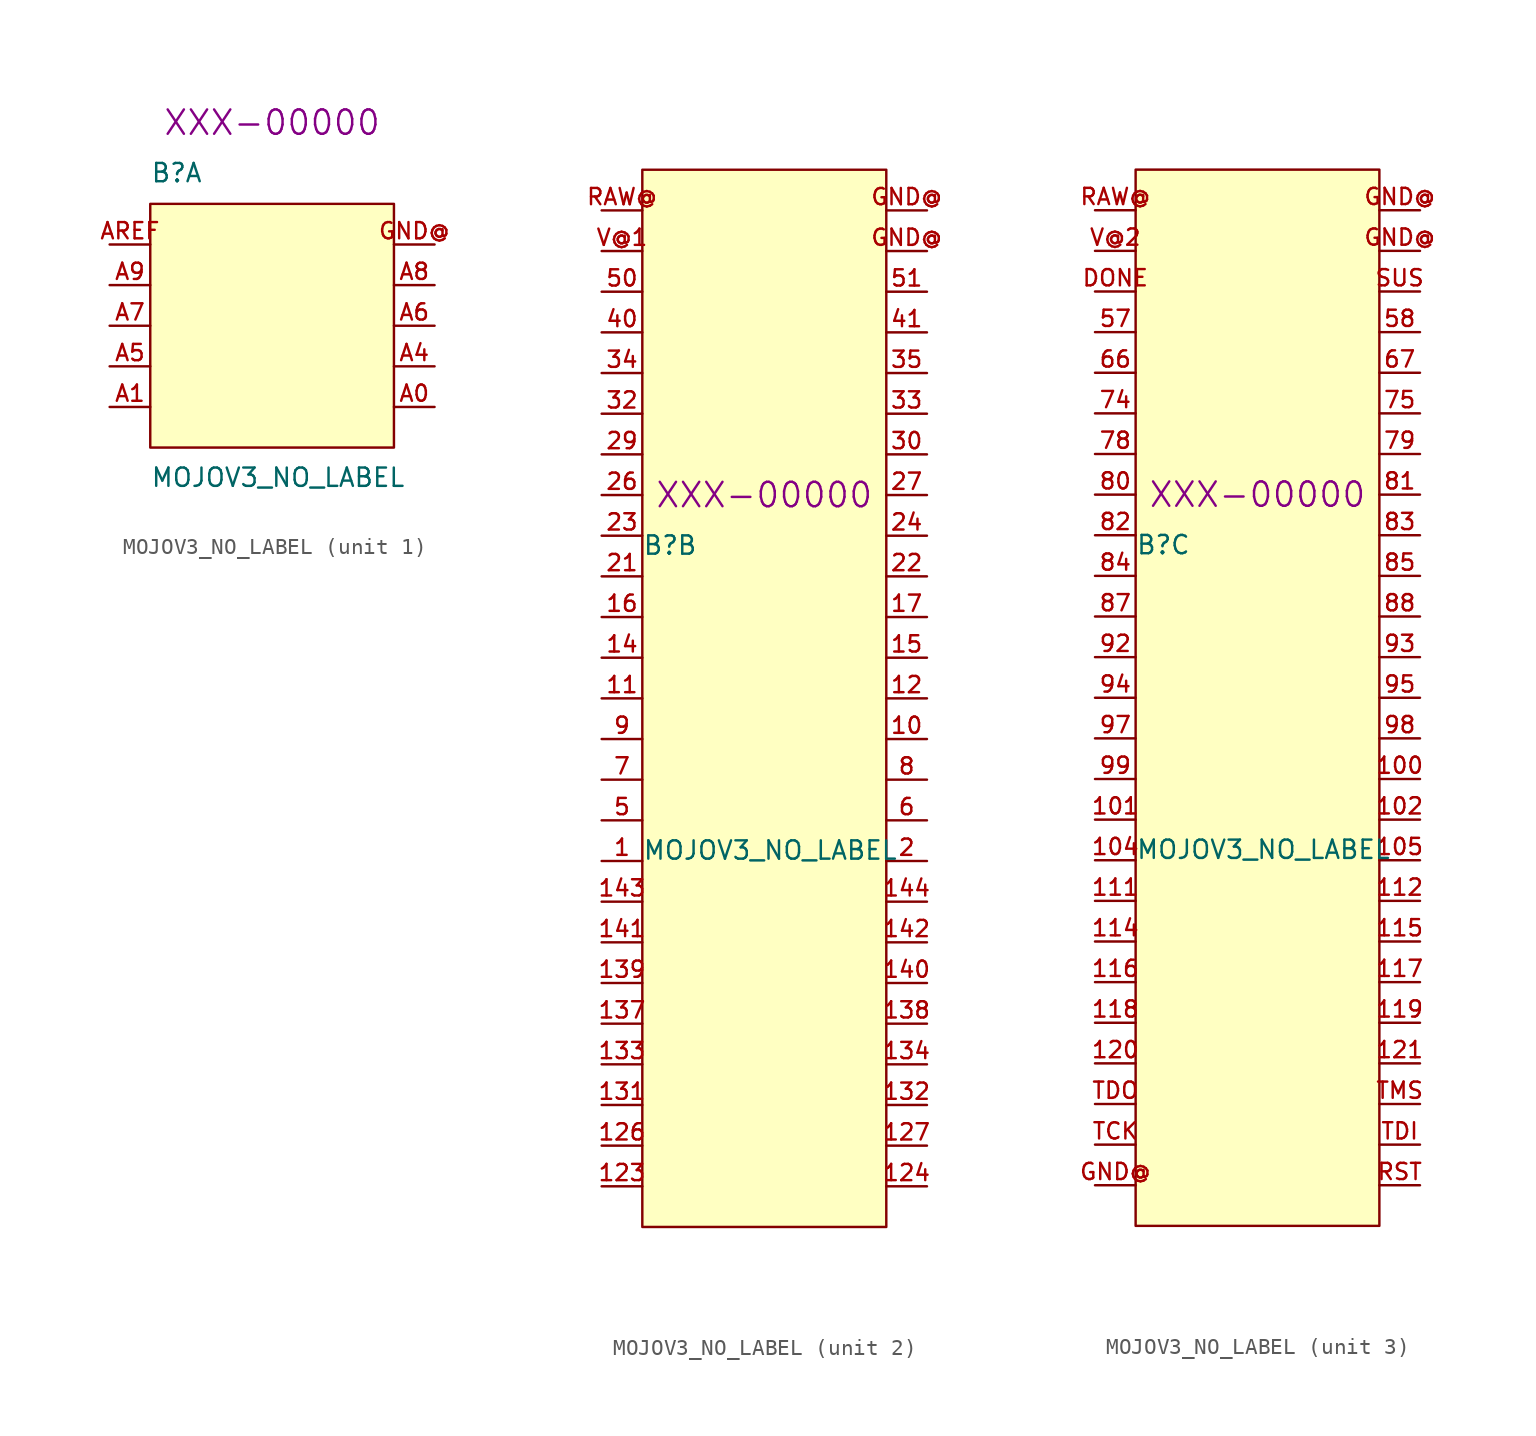
<source format=kicad_sym>
(kicad_symbol_lib
  (version 20220914)
  (generator kicad_symbol_editor)
  (symbol "MOJOV3_NO_LABEL"
    (pin_names
      (offset 1.016) hide)
    (property "Reference" "B"
      (at -7.62 8.89 0)
      (effects (font (size 1.143 1.143)) (justify left bottom)))
    (property "Value" "MOJOV3_NO_LABEL"
      (at -7.62 -10.16 0)
      (effects (font (size 1.143 1.143)) (justify left bottom)))
    (property "Field4" "XXX-00000"
      (at 0 12.7 0)
      (effects (font (size 1.524 1.524))))
    (property "ki_locked" ""
      (at 0 0 0)
      (effects (font (size 1.27 1.27))))
    (symbol "MOJOV3_NO_LABEL_1_1"
      (polyline (pts (xy -7.62 7.62) (xy 7.62 7.62) (xy 7.62 -7.62) (xy -7.62 -7.62) (xy -7.62 7.62)) (stroke (width 0) (type solid)) (fill (type background)))
      (pin input line (at 10.16 -5.08 180) (length 2.54) (name "A0" (effects (font (size 1.016 1.016)))) (number "A0" (effects (font (size 1.016 1.016)))))
      (pin input line (at -10.16 -5.08 0) (length 2.54) (name "A1" (effects (font (size 1.016 1.016)))) (number "A1" (effects (font (size 1.016 1.016)))))
      (pin input line (at 10.16 -2.54 180) (length 2.54) (name "A4" (effects (font (size 1.016 1.016)))) (number "A4" (effects (font (size 1.016 1.016)))))
      (pin input line (at -10.16 -2.54 0) (length 2.54) (name "A5" (effects (font (size 1.016 1.016)))) (number "A5" (effects (font (size 1.016 1.016)))))
      (pin input line (at 10.16 0 180) (length 2.54) (name "A6" (effects (font (size 1.016 1.016)))) (number "A6" (effects (font (size 1.016 1.016)))))
      (pin input line (at -10.16 0 0) (length 2.54) (name "A7" (effects (font (size 1.016 1.016)))) (number "A7" (effects (font (size 1.016 1.016)))))
      (pin input line (at 10.16 2.54 180) (length 2.54) (name "A8" (effects (font (size 1.016 1.016)))) (number "A8" (effects (font (size 1.016 1.016)))))
      (pin input line (at -10.16 2.54 0) (length 2.54) (name "A9" (effects (font (size 1.016 1.016)))) (number "A9" (effects (font (size 1.016 1.016)))))
      (pin input line (at -10.16 5.08 0) (length 2.54) (name "AREF" (effects (font (size 1.016 1.016)))) (number "AREF" (effects (font (size 1.016 1.016)))))
      (pin power_out line (at 10.16 5.08 180) (length 2.54) (name "GND" (effects (font (size 1.016 1.016)))) (number "GND@" (effects (font (size 1.016 1.016))))))
    (symbol "MOJOV3_NO_LABEL_2_1"
      (polyline (pts (xy -7.62 33.02) (xy 7.62 33.02) (xy 7.62 -33.02) (xy -7.62 -33.02) (xy -7.62 33.02)) (stroke (width 0) (type solid)) (fill (type background)))
      (pin bidirectional line (at -10.16 -10.16 0) (length 2.54) (name "1" (effects (font (size 1.016 1.016)))) (number "1" (effects (font (size 1.016 1.016)))))
      (pin bidirectional line (at 10.16 -2.54 180) (length 2.54) (name "10" (effects (font (size 1.016 1.016)))) (number "10" (effects (font (size 1.016 1.016)))))
      (pin bidirectional line (at -10.16 0 0) (length 2.54) (name "11" (effects (font (size 1.016 1.016)))) (number "11" (effects (font (size 1.016 1.016)))))
      (pin bidirectional line (at 10.16 0 180) (length 2.54) (name "12" (effects (font (size 1.016 1.016)))) (number "12" (effects (font (size 1.016 1.016)))))
      (pin bidirectional line (at -10.16 -30.48 0) (length 2.54) (name "123" (effects (font (size 1.016 1.016)))) (number "123" (effects (font (size 1.016 1.016)))))
      (pin bidirectional line (at 10.16 -30.48 180) (length 2.54) (name "124" (effects (font (size 1.016 1.016)))) (number "124" (effects (font (size 1.016 1.016)))))
      (pin bidirectional line (at -10.16 -27.94 0) (length 2.54) (name "126" (effects (font (size 1.016 1.016)))) (number "126" (effects (font (size 1.016 1.016)))))
      (pin bidirectional line (at 10.16 -27.94 180) (length 2.54) (name "127" (effects (font (size 1.016 1.016)))) (number "127" (effects (font (size 1.016 1.016)))))
      (pin bidirectional line (at -10.16 -25.4 0) (length 2.54) (name "131" (effects (font (size 1.016 1.016)))) (number "131" (effects (font (size 1.016 1.016)))))
      (pin bidirectional line (at 10.16 -25.4 180) (length 2.54) (name "132" (effects (font (size 1.016 1.016)))) (number "132" (effects (font (size 1.016 1.016)))))
      (pin bidirectional line (at -10.16 -22.86 0) (length 2.54) (name "133" (effects (font (size 1.016 1.016)))) (number "133" (effects (font (size 1.016 1.016)))))
      (pin bidirectional line (at 10.16 -22.86 180) (length 2.54) (name "134" (effects (font (size 1.016 1.016)))) (number "134" (effects (font (size 1.016 1.016)))))
      (pin bidirectional line (at -10.16 -20.32 0) (length 2.54) (name "137" (effects (font (size 1.016 1.016)))) (number "137" (effects (font (size 1.016 1.016)))))
      (pin bidirectional line (at 10.16 -20.32 180) (length 2.54) (name "138" (effects (font (size 1.016 1.016)))) (number "138" (effects (font (size 1.016 1.016)))))
      (pin bidirectional line (at -10.16 -17.78 0) (length 2.54) (name "139" (effects (font (size 1.016 1.016)))) (number "139" (effects (font (size 1.016 1.016)))))
      (pin bidirectional line (at -10.16 2.54 0) (length 2.54) (name "14" (effects (font (size 1.016 1.016)))) (number "14" (effects (font (size 1.016 1.016)))))
      (pin bidirectional line (at 10.16 -17.78 180) (length 2.54) (name "140" (effects (font (size 1.016 1.016)))) (number "140" (effects (font (size 1.016 1.016)))))
      (pin bidirectional line (at -10.16 -15.24 0) (length 2.54) (name "141" (effects (font (size 1.016 1.016)))) (number "141" (effects (font (size 1.016 1.016)))))
      (pin bidirectional line (at 10.16 -15.24 180) (length 2.54) (name "142" (effects (font (size 1.016 1.016)))) (number "142" (effects (font (size 1.016 1.016)))))
      (pin bidirectional line (at -10.16 -12.7 0) (length 2.54) (name "143" (effects (font (size 1.016 1.016)))) (number "143" (effects (font (size 1.016 1.016)))))
      (pin bidirectional line (at 10.16 -12.7 180) (length 2.54) (name "144" (effects (font (size 1.016 1.016)))) (number "144" (effects (font (size 1.016 1.016)))))
      (pin bidirectional line (at 10.16 2.54 180) (length 2.54) (name "15" (effects (font (size 1.016 1.016)))) (number "15" (effects (font (size 1.016 1.016)))))
      (pin bidirectional line (at -10.16 5.08 0) (length 2.54) (name "16" (effects (font (size 1.016 1.016)))) (number "16" (effects (font (size 1.016 1.016)))))
      (pin bidirectional line (at 10.16 5.08 180) (length 2.54) (name "17" (effects (font (size 1.016 1.016)))) (number "17" (effects (font (size 1.016 1.016)))))
      (pin bidirectional line (at 10.16 -10.16 180) (length 2.54) (name "2" (effects (font (size 1.016 1.016)))) (number "2" (effects (font (size 1.016 1.016)))))
      (pin bidirectional line (at -10.16 7.62 0) (length 2.54) (name "21" (effects (font (size 1.016 1.016)))) (number "21" (effects (font (size 1.016 1.016)))))
      (pin bidirectional line (at 10.16 7.62 180) (length 2.54) (name "22" (effects (font (size 1.016 1.016)))) (number "22" (effects (font (size 1.016 1.016)))))
      (pin bidirectional line (at -10.16 10.16 0) (length 2.54) (name "23" (effects (font (size 1.016 1.016)))) (number "23" (effects (font (size 1.016 1.016)))))
      (pin bidirectional line (at 10.16 10.16 180) (length 2.54) (name "24" (effects (font (size 1.016 1.016)))) (number "24" (effects (font (size 1.016 1.016)))))
      (pin bidirectional line (at -10.16 12.7 0) (length 2.54) (name "26" (effects (font (size 1.016 1.016)))) (number "26" (effects (font (size 1.016 1.016)))))
      (pin bidirectional line (at 10.16 12.7 180) (length 2.54) (name "27" (effects (font (size 1.016 1.016)))) (number "27" (effects (font (size 1.016 1.016)))))
      (pin bidirectional line (at -10.16 15.24 0) (length 2.54) (name "29" (effects (font (size 1.016 1.016)))) (number "29" (effects (font (size 1.016 1.016)))))
      (pin bidirectional line (at 10.16 15.24 180) (length 2.54) (name "30" (effects (font (size 1.016 1.016)))) (number "30" (effects (font (size 1.016 1.016)))))
      (pin bidirectional line (at -10.16 17.78 0) (length 2.54) (name "32" (effects (font (size 1.016 1.016)))) (number "32" (effects (font (size 1.016 1.016)))))
      (pin bidirectional line (at 10.16 17.78 180) (length 2.54) (name "33" (effects (font (size 1.016 1.016)))) (number "33" (effects (font (size 1.016 1.016)))))
      (pin bidirectional line (at -10.16 20.32 0) (length 2.54) (name "34" (effects (font (size 1.016 1.016)))) (number "34" (effects (font (size 1.016 1.016)))))
      (pin bidirectional line (at 10.16 20.32 180) (length 2.54) (name "35" (effects (font (size 1.016 1.016)))) (number "35" (effects (font (size 1.016 1.016)))))
      (pin bidirectional line (at -10.16 22.86 0) (length 2.54) (name "40" (effects (font (size 1.016 1.016)))) (number "40" (effects (font (size 1.016 1.016)))))
      (pin bidirectional line (at 10.16 22.86 180) (length 2.54) (name "41" (effects (font (size 1.016 1.016)))) (number "41" (effects (font (size 1.016 1.016)))))
      (pin bidirectional line (at -10.16 -7.62 0) (length 2.54) (name "5" (effects (font (size 1.016 1.016)))) (number "5" (effects (font (size 1.016 1.016)))))
      (pin bidirectional line (at -10.16 25.4 0) (length 2.54) (name "50" (effects (font (size 1.016 1.016)))) (number "50" (effects (font (size 1.016 1.016)))))
      (pin bidirectional line (at 10.16 25.4 180) (length 2.54) (name "51" (effects (font (size 1.016 1.016)))) (number "51" (effects (font (size 1.016 1.016)))))
      (pin bidirectional line (at 10.16 -7.62 180) (length 2.54) (name "6" (effects (font (size 1.016 1.016)))) (number "6" (effects (font (size 1.016 1.016)))))
      (pin bidirectional line (at -10.16 -5.08 0) (length 2.54) (name "7" (effects (font (size 1.016 1.016)))) (number "7" (effects (font (size 1.016 1.016)))))
      (pin bidirectional line (at 10.16 -5.08 180) (length 2.54) (name "8" (effects (font (size 1.016 1.016)))) (number "8" (effects (font (size 1.016 1.016)))))
      (pin bidirectional line (at -10.16 -2.54 0) (length 2.54) (name "9" (effects (font (size 1.016 1.016)))) (number "9" (effects (font (size 1.016 1.016)))))
      (pin power_out line (at 10.16 27.94 180) (length 2.54) (name "GND" (effects (font (size 1.016 1.016)))) (number "GND@" (effects (font (size 1.016 1.016)))))
      (pin power_out line (at 10.16 30.48 180) (length 2.54) (name "GND" (effects (font (size 1.016 1.016)))) (number "GND@" (effects (font (size 1.016 1.016)))))
      (pin power_out line (at -10.16 30.48 0) (length 2.54) (name "RAW" (effects (font (size 1.016 1.016)))) (number "RAW@" (effects (font (size 1.016 1.016)))))
      (pin power_out line (at -10.16 27.94 0) (length 2.54) (name "+V" (effects (font (size 1.016 1.016)))) (number "V@1" (effects (font (size 1.016 1.016))))))
    (symbol "MOJOV3_NO_LABEL_3_1"
      (polyline (pts (xy -7.62 33.02) (xy 7.62 33.02) (xy 7.62 -33.02) (xy -7.62 -33.02) (xy -7.62 33.02)) (stroke (width 0) (type solid)) (fill (type background)))
      (pin bidirectional line (at 10.16 -5.08 180) (length 2.54) (name "100" (effects (font (size 1.016 1.016)))) (number "100" (effects (font (size 1.016 1.016)))))
      (pin bidirectional line (at -10.16 -7.62 0) (length 2.54) (name "101" (effects (font (size 1.016 1.016)))) (number "101" (effects (font (size 1.016 1.016)))))
      (pin bidirectional line (at 10.16 -7.62 180) (length 2.54) (name "102" (effects (font (size 1.016 1.016)))) (number "102" (effects (font (size 1.016 1.016)))))
      (pin bidirectional line (at -10.16 -10.16 0) (length 2.54) (name "104" (effects (font (size 1.016 1.016)))) (number "104" (effects (font (size 1.016 1.016)))))
      (pin bidirectional line (at 10.16 -10.16 180) (length 2.54) (name "105" (effects (font (size 1.016 1.016)))) (number "105" (effects (font (size 1.016 1.016)))))
      (pin bidirectional line (at -10.16 -12.7 0) (length 2.54) (name "111" (effects (font (size 1.016 1.016)))) (number "111" (effects (font (size 1.016 1.016)))))
      (pin bidirectional line (at 10.16 -12.7 180) (length 2.54) (name "112" (effects (font (size 1.016 1.016)))) (number "112" (effects (font (size 1.016 1.016)))))
      (pin bidirectional line (at -10.16 -15.24 0) (length 2.54) (name "114" (effects (font (size 1.016 1.016)))) (number "114" (effects (font (size 1.016 1.016)))))
      (pin bidirectional line (at 10.16 -15.24 180) (length 2.54) (name "115" (effects (font (size 1.016 1.016)))) (number "115" (effects (font (size 1.016 1.016)))))
      (pin bidirectional line (at -10.16 -17.78 0) (length 2.54) (name "116" (effects (font (size 1.016 1.016)))) (number "116" (effects (font (size 1.016 1.016)))))
      (pin bidirectional line (at 10.16 -17.78 180) (length 2.54) (name "117" (effects (font (size 1.016 1.016)))) (number "117" (effects (font (size 1.016 1.016)))))
      (pin bidirectional line (at -10.16 -20.32 0) (length 2.54) (name "118" (effects (font (size 1.016 1.016)))) (number "118" (effects (font (size 1.016 1.016)))))
      (pin bidirectional line (at 10.16 -20.32 180) (length 2.54) (name "119" (effects (font (size 1.016 1.016)))) (number "119" (effects (font (size 1.016 1.016)))))
      (pin bidirectional line (at -10.16 -22.86 0) (length 2.54) (name "120" (effects (font (size 1.016 1.016)))) (number "120" (effects (font (size 1.016 1.016)))))
      (pin bidirectional line (at 10.16 -22.86 180) (length 2.54) (name "121" (effects (font (size 1.016 1.016)))) (number "121" (effects (font (size 1.016 1.016)))))
      (pin bidirectional line (at -10.16 22.86 0) (length 2.54) (name "57" (effects (font (size 1.016 1.016)))) (number "57" (effects (font (size 1.016 1.016)))))
      (pin bidirectional line (at 10.16 22.86 180) (length 2.54) (name "58" (effects (font (size 1.016 1.016)))) (number "58" (effects (font (size 1.016 1.016)))))
      (pin bidirectional line (at -10.16 20.32 0) (length 2.54) (name "66" (effects (font (size 1.016 1.016)))) (number "66" (effects (font (size 1.016 1.016)))))
      (pin bidirectional line (at 10.16 20.32 180) (length 2.54) (name "67" (effects (font (size 1.016 1.016)))) (number "67" (effects (font (size 1.016 1.016)))))
      (pin bidirectional line (at -10.16 17.78 0) (length 2.54) (name "74" (effects (font (size 1.016 1.016)))) (number "74" (effects (font (size 1.016 1.016)))))
      (pin bidirectional line (at 10.16 17.78 180) (length 2.54) (name "75" (effects (font (size 1.016 1.016)))) (number "75" (effects (font (size 1.016 1.016)))))
      (pin bidirectional line (at -10.16 15.24 0) (length 2.54) (name "78" (effects (font (size 1.016 1.016)))) (number "78" (effects (font (size 1.016 1.016)))))
      (pin bidirectional line (at 10.16 15.24 180) (length 2.54) (name "79" (effects (font (size 1.016 1.016)))) (number "79" (effects (font (size 1.016 1.016)))))
      (pin bidirectional line (at -10.16 12.7 0) (length 2.54) (name "80" (effects (font (size 1.016 1.016)))) (number "80" (effects (font (size 1.016 1.016)))))
      (pin bidirectional line (at 10.16 12.7 180) (length 2.54) (name "81" (effects (font (size 1.016 1.016)))) (number "81" (effects (font (size 1.016 1.016)))))
      (pin bidirectional line (at -10.16 10.16 0) (length 2.54) (name "82" (effects (font (size 1.016 1.016)))) (number "82" (effects (font (size 1.016 1.016)))))
      (pin bidirectional line (at 10.16 10.16 180) (length 2.54) (name "83" (effects (font (size 1.016 1.016)))) (number "83" (effects (font (size 1.016 1.016)))))
      (pin bidirectional line (at -10.16 7.62 0) (length 2.54) (name "84" (effects (font (size 1.016 1.016)))) (number "84" (effects (font (size 1.016 1.016)))))
      (pin bidirectional line (at 10.16 7.62 180) (length 2.54) (name "85" (effects (font (size 1.016 1.016)))) (number "85" (effects (font (size 1.016 1.016)))))
      (pin bidirectional line (at -10.16 5.08 0) (length 2.54) (name "87" (effects (font (size 1.016 1.016)))) (number "87" (effects (font (size 1.016 1.016)))))
      (pin bidirectional line (at 10.16 5.08 180) (length 2.54) (name "88" (effects (font (size 1.016 1.016)))) (number "88" (effects (font (size 1.016 1.016)))))
      (pin bidirectional line (at -10.16 2.54 0) (length 2.54) (name "92" (effects (font (size 1.016 1.016)))) (number "92" (effects (font (size 1.016 1.016)))))
      (pin bidirectional line (at 10.16 2.54 180) (length 2.54) (name "93" (effects (font (size 1.016 1.016)))) (number "93" (effects (font (size 1.016 1.016)))))
      (pin bidirectional line (at -10.16 0 0) (length 2.54) (name "94" (effects (font (size 1.016 1.016)))) (number "94" (effects (font (size 1.016 1.016)))))
      (pin bidirectional line (at 10.16 0 180) (length 2.54) (name "95" (effects (font (size 1.016 1.016)))) (number "95" (effects (font (size 1.016 1.016)))))
      (pin bidirectional line (at -10.16 -2.54 0) (length 2.54) (name "97" (effects (font (size 1.016 1.016)))) (number "97" (effects (font (size 1.016 1.016)))))
      (pin bidirectional line (at 10.16 -2.54 180) (length 2.54) (name "98" (effects (font (size 1.016 1.016)))) (number "98" (effects (font (size 1.016 1.016)))))
      (pin bidirectional line (at -10.16 -5.08 0) (length 2.54) (name "99" (effects (font (size 1.016 1.016)))) (number "99" (effects (font (size 1.016 1.016)))))
      (pin bidirectional line (at -10.16 25.4 0) (length 2.54) (name "DONE" (effects (font (size 1.016 1.016)))) (number "DONE" (effects (font (size 1.016 1.016)))))
      (pin power_out line (at -10.16 -30.48 0) (length 2.54) (name "GND" (effects (font (size 1.016 1.016)))) (number "GND@" (effects (font (size 1.016 1.016)))))
      (pin power_out line (at 10.16 27.94 180) (length 2.54) (name "GND" (effects (font (size 1.016 1.016)))) (number "GND@" (effects (font (size 1.016 1.016)))))
      (pin power_out line (at 10.16 30.48 180) (length 2.54) (name "GND" (effects (font (size 1.016 1.016)))) (number "GND@" (effects (font (size 1.016 1.016)))))
      (pin power_out line (at -10.16 30.48 0) (length 2.54) (name "RAW" (effects (font (size 1.016 1.016)))) (number "RAW@" (effects (font (size 1.016 1.016)))))
      (pin input line (at 10.16 -30.48 180) (length 2.54) (name "RST" (effects (font (size 1.016 1.016)))) (number "RST" (effects (font (size 1.016 1.016)))))
      (pin input line (at 10.16 25.4 180) (length 2.54) (name "SUS" (effects (font (size 1.016 1.016)))) (number "SUS" (effects (font (size 1.016 1.016)))))
      (pin input line (at -10.16 -27.94 0) (length 2.54) (name "TCK" (effects (font (size 1.016 1.016)))) (number "TCK" (effects (font (size 1.016 1.016)))))
      (pin input line (at 10.16 -27.94 180) (length 2.54) (name "TDI" (effects (font (size 1.016 1.016)))) (number "TDI" (effects (font (size 1.016 1.016)))))
      (pin output line (at -10.16 -25.4 0) (length 2.54) (name "TDO" (effects (font (size 1.016 1.016)))) (number "TDO" (effects (font (size 1.016 1.016)))))
      (pin input line (at 10.16 -25.4 180) (length 2.54) (name "TMS" (effects (font (size 1.016 1.016)))) (number "TMS" (effects (font (size 1.016 1.016)))))
      (pin power_out line (at -10.16 27.94 0) (length 2.54) (name "+V" (effects (font (size 1.016 1.016)))) (number "V@2" (effects (font (size 1.016 1.016))))))))
</source>
